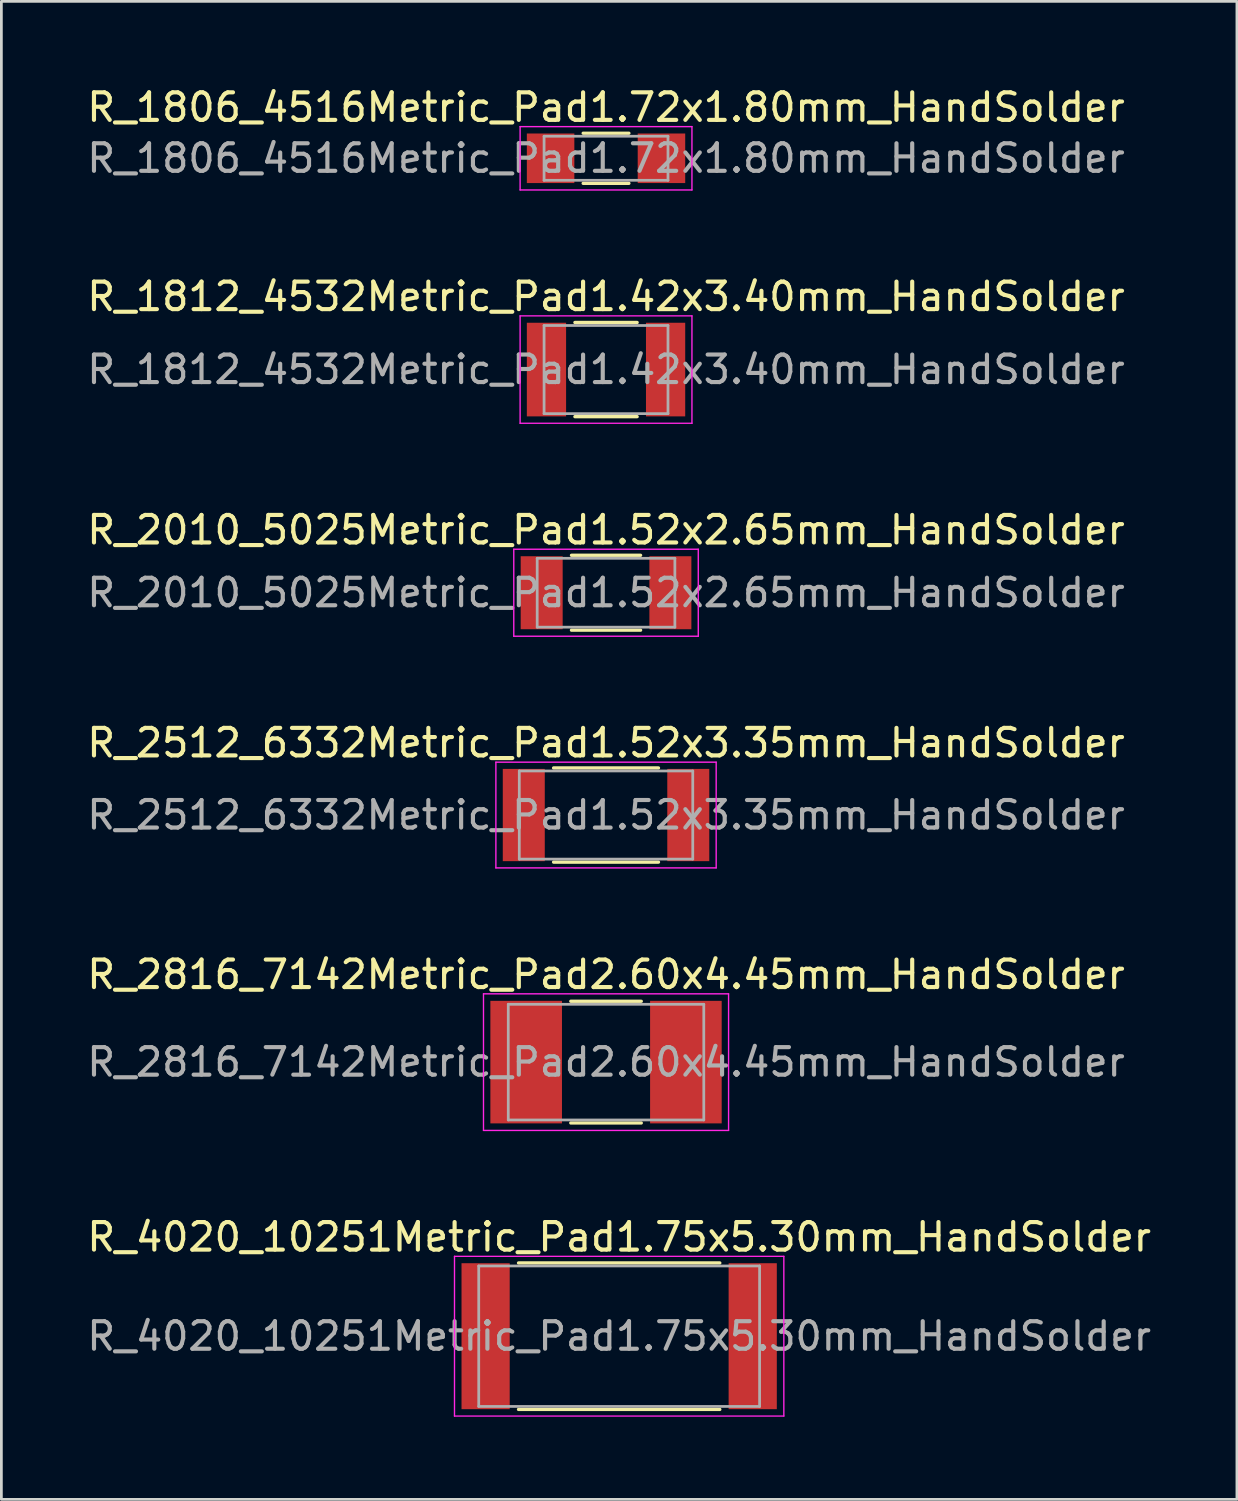
<source format=kicad_pcb>
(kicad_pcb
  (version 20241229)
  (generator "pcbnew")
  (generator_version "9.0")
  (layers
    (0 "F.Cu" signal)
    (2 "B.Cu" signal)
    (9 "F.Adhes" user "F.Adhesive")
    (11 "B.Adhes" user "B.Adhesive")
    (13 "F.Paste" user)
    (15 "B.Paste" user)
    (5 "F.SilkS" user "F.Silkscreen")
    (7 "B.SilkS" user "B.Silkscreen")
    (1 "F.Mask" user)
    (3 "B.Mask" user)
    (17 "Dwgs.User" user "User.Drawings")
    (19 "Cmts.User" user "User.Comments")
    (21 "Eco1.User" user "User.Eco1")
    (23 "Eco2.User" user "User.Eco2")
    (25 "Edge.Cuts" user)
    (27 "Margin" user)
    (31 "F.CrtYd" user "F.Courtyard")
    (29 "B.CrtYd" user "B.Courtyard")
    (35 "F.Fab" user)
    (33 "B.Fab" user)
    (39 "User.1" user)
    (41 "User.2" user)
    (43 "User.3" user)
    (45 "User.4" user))
  (footprint "R_2010_5025Metric_Pad1.52x2.65mm_HandSolder"
    (layer "F.Cu")
    (at 18.958 18.475)
    (property "Reference" "R_2010_5025Metric_Pad1.52x2.65mm_HandSolder" (at 0 -2.28 0) (layer "F.SilkS") (effects (font (size 1 1) (thickness 0.15))))
    (attr smd)
    (fp_line (start -1.255 -1.36) (end 1.255 -1.36) (stroke (width 0.12) (type solid)) (layer "F.SilkS"))
    (fp_line (start -1.255 1.36) (end 1.255 1.36) (stroke (width 0.12) (type solid)) (layer "F.SilkS"))
    (fp_line (start -3.35 -1.58) (end 3.35 -1.58) (stroke (width 0.05) (type solid)) (layer "F.CrtYd"))
    (fp_line (start -3.35 1.58) (end -3.35 -1.58) (stroke (width 0.05) (type solid)) (layer "F.CrtYd"))
    (fp_line (start 3.35 -1.58) (end 3.35 1.58) (stroke (width 0.05) (type solid)) (layer "F.CrtYd"))
    (fp_line (start 3.35 1.58) (end -3.35 1.58) (stroke (width 0.05) (type solid)) (layer "F.CrtYd"))
    (fp_line (start -2.5 -1.25) (end 2.5 -1.25) (stroke (width 0.1) (type solid)) (layer "F.Fab"))
    (fp_line (start -2.5 1.25) (end -2.5 -1.25) (stroke (width 0.1) (type solid)) (layer "F.Fab"))
    (fp_line (start 2.5 -1.25) (end 2.5 1.25) (stroke (width 0.1) (type solid)) (layer "F.Fab"))
    (fp_line (start 2.5 1.25) (end -2.5 1.25) (stroke (width 0.1) (type solid)) (layer "F.Fab"))
    (fp_text user "${REFERENCE}" (at 0 0 0) (layer "F.Fab") (effects (font (size 1 1) (thickness 0.15))))
    (pad "1" smd rect (at -2.337 0) (size 1.525 2.65) (layers "F.Cu" "F.Mask" "F.Paste"))
    (pad "2" smd rect (at 2.337 0) (size 1.525 2.65) (layers "F.Cu" "F.Mask" "F.Paste")))
  (footprint "R_1812_4532Metric_Pad1.42x3.40mm_HandSolder"
    (layer "F.Cu")
    (at 18.958 10.371)
    (property "Reference" "R_1812_4532Metric_Pad1.42x3.40mm_HandSolder" (at 0 -2.65 0) (layer "F.SilkS") (effects (font (size 1 1) (thickness 0.15))))
    (attr smd)
    (fp_line (start -1.13 -1.71) (end 1.13 -1.71) (stroke (width 0.12) (type solid)) (layer "F.SilkS"))
    (fp_line (start -1.13 1.71) (end 1.13 1.71) (stroke (width 0.12) (type solid)) (layer "F.SilkS"))
    (fp_line (start -3.12 -1.95) (end 3.12 -1.95) (stroke (width 0.05) (type solid)) (layer "F.CrtYd"))
    (fp_line (start -3.12 1.95) (end -3.12 -1.95) (stroke (width 0.05) (type solid)) (layer "F.CrtYd"))
    (fp_line (start 3.12 -1.95) (end 3.12 1.95) (stroke (width 0.05) (type solid)) (layer "F.CrtYd"))
    (fp_line (start 3.12 1.95) (end -3.12 1.95) (stroke (width 0.05) (type solid)) (layer "F.CrtYd"))
    (fp_line (start -2.25 -1.6) (end 2.25 -1.6) (stroke (width 0.1) (type solid)) (layer "F.Fab"))
    (fp_line (start -2.25 1.6) (end -2.25 -1.6) (stroke (width 0.1) (type solid)) (layer "F.Fab"))
    (fp_line (start 2.25 -1.6) (end 2.25 1.6) (stroke (width 0.1) (type solid)) (layer "F.Fab"))
    (fp_line (start 2.25 1.6) (end -2.25 1.6) (stroke (width 0.1) (type solid)) (layer "F.Fab"))
    (fp_text user "${REFERENCE}" (at 0 0 0) (layer "F.Fab") (effects (font (size 1 1) (thickness 0.15))))
    (pad "1" smd rect (at -2.163 0) (size 1.425 3.4) (layers "F.Cu" "F.Mask" "F.Paste"))
    (pad "2" smd rect (at 2.163 0) (size 1.425 3.4) (layers "F.Cu" "F.Mask" "F.Paste")))
  (footprint "R_2512_6332Metric_Pad1.52x3.35mm_HandSolder"
    (layer "F.Cu")
    (at 18.958 26.548)
    (property "Reference" "R_2512_6332Metric_Pad1.52x3.35mm_HandSolder" (at 0 -2.62 0) (layer "F.SilkS") (effects (font (size 1 1) (thickness 0.15))))
    (attr smd)
    (fp_line (start -1.905 -1.71) (end 1.905 -1.71) (stroke (width 0.12) (type solid)) (layer "F.SilkS"))
    (fp_line (start -1.905 1.71) (end 1.905 1.71) (stroke (width 0.12) (type solid)) (layer "F.SilkS"))
    (fp_line (start -4 -1.92) (end 4 -1.92) (stroke (width 0.05) (type solid)) (layer "F.CrtYd"))
    (fp_line (start -4 1.92) (end -4 -1.92) (stroke (width 0.05) (type solid)) (layer "F.CrtYd"))
    (fp_line (start 4 -1.92) (end 4 1.92) (stroke (width 0.05) (type solid)) (layer "F.CrtYd"))
    (fp_line (start 4 1.92) (end -4 1.92) (stroke (width 0.05) (type solid)) (layer "F.CrtYd"))
    (fp_line (start -3.15 -1.6) (end 3.15 -1.6) (stroke (width 0.1) (type solid)) (layer "F.Fab"))
    (fp_line (start -3.15 1.6) (end -3.15 -1.6) (stroke (width 0.1) (type solid)) (layer "F.Fab"))
    (fp_line (start 3.15 -1.6) (end 3.15 1.6) (stroke (width 0.1) (type solid)) (layer "F.Fab"))
    (fp_line (start 3.15 1.6) (end -3.15 1.6) (stroke (width 0.1) (type solid)) (layer "F.Fab"))
    (fp_text user "${REFERENCE}" (at 0 0 0) (layer "F.Fab") (effects (font (size 1 1) (thickness 0.15))))
    (pad "1" smd rect (at -2.987 0) (size 1.525 3.35) (layers "F.Cu" "F.Mask" "F.Paste"))
    (pad "2" smd rect (at 2.987 0) (size 1.525 3.35) (layers "F.Cu" "F.Mask" "F.Paste")))
  (footprint "R_1806_4516Metric_Pad1.72x1.80mm_HandSolder"
    (layer "F.Cu")
    (at 18.958 2.698)
    (property "Reference" "R_1806_4516Metric_Pad1.72x1.80mm_HandSolder" (at 0 -1.85 0) (layer "F.SilkS") (effects (font (size 1 1) (thickness 0.15))))
    (attr smd)
    (fp_line (start -0.83 -0.91) (end 0.83 -0.91) (stroke (width 0.12) (type solid)) (layer "F.SilkS"))
    (fp_line (start -0.83 0.91) (end 0.83 0.91) (stroke (width 0.12) (type solid)) (layer "F.SilkS"))
    (fp_line (start -3.12 -1.15) (end 3.12 -1.15) (stroke (width 0.05) (type solid)) (layer "F.CrtYd"))
    (fp_line (start -3.12 1.15) (end -3.12 -1.15) (stroke (width 0.05) (type solid)) (layer "F.CrtYd"))
    (fp_line (start 3.12 -1.15) (end 3.12 1.15) (stroke (width 0.05) (type solid)) (layer "F.CrtYd"))
    (fp_line (start 3.12 1.15) (end -3.12 1.15) (stroke (width 0.05) (type solid)) (layer "F.CrtYd"))
    (fp_line (start -2.25 -0.8) (end 2.25 -0.8) (stroke (width 0.1) (type solid)) (layer "F.Fab"))
    (fp_line (start -2.25 0.8) (end -2.25 -0.8) (stroke (width 0.1) (type solid)) (layer "F.Fab"))
    (fp_line (start 2.25 -0.8) (end 2.25 0.8) (stroke (width 0.1) (type solid)) (layer "F.Fab"))
    (fp_line (start 2.25 0.8) (end -2.25 0.8) (stroke (width 0.1) (type solid)) (layer "F.Fab"))
    (fp_text user "${REFERENCE}" (at 0 0 0) (layer "F.Fab") (effects (font (size 1 1) (thickness 0.15))))
    (pad "1" smd rect (at -2.013 0) (size 1.725 1.8) (layers "F.Cu" "F.Mask" "F.Paste"))
    (pad "2" smd rect (at 2.013 0) (size 1.725 1.8) (layers "F.Cu" "F.Mask" "F.Paste")))
  (footprint "R_2816_7142Metric_Pad2.60x4.45mm_HandSolder"
    (layer "F.Cu")
    (at 18.958 35.521)
    (property "Reference" "R_2816_7142Metric_Pad2.60x4.45mm_HandSolder" (at 0 -3.18 0) (layer "F.SilkS") (effects (font (size 1 1) (thickness 0.15))))
    (attr smd)
    (fp_line (start -1.28 -2.21) (end 1.28 -2.21) (stroke (width 0.12) (type solid)) (layer "F.SilkS"))
    (fp_line (start -1.28 2.21) (end 1.28 2.21) (stroke (width 0.12) (type solid)) (layer "F.SilkS"))
    (fp_line (start -4.45 -2.48) (end 4.45 -2.48) (stroke (width 0.05) (type solid)) (layer "F.CrtYd"))
    (fp_line (start -4.45 2.48) (end -4.45 -2.48) (stroke (width 0.05) (type solid)) (layer "F.CrtYd"))
    (fp_line (start 4.45 -2.48) (end 4.45 2.48) (stroke (width 0.05) (type solid)) (layer "F.CrtYd"))
    (fp_line (start 4.45 2.48) (end -4.45 2.48) (stroke (width 0.05) (type solid)) (layer "F.CrtYd"))
    (fp_line (start -3.55 -2.1) (end 3.55 -2.1) (stroke (width 0.1) (type solid)) (layer "F.Fab"))
    (fp_line (start -3.55 2.1) (end -3.55 -2.1) (stroke (width 0.1) (type solid)) (layer "F.Fab"))
    (fp_line (start 3.55 -2.1) (end 3.55 2.1) (stroke (width 0.1) (type solid)) (layer "F.Fab"))
    (fp_line (start 3.55 2.1) (end -3.55 2.1) (stroke (width 0.1) (type solid)) (layer "F.Fab"))
    (fp_text user "${REFERENCE}" (at 0 0 0) (layer "F.Fab") (effects (font (size 1 1) (thickness 0.15))))
    (pad "1" smd rect (at -2.9 0) (size 2.6 4.45) (layers "F.Cu" "F.Mask" "F.Paste"))
    (pad "2" smd rect (at 2.9 0) (size 2.6 4.45) (layers "F.Cu" "F.Mask" "F.Paste")))
  (footprint "R_4020_10251Metric_Pad1.75x5.30mm_HandSolder"
    (layer "F.Cu")
    (at 19.435 45.474)
    (property "Reference" "R_4020_10251Metric_Pad1.75x5.30mm_HandSolder" (at 0 -3.6 0) (layer "F.SilkS") (effects (font (size 1 1) (thickness 0.15))))
    (attr smd)
    (fp_line (start -3.655 -2.66) (end 3.655 -2.66) (stroke (width 0.12) (type solid)) (layer "F.SilkS"))
    (fp_line (start -3.655 2.66) (end 3.655 2.66) (stroke (width 0.12) (type solid)) (layer "F.SilkS"))
    (fp_line (start -5.98 -2.9) (end 5.98 -2.9) (stroke (width 0.05) (type solid)) (layer "F.CrtYd"))
    (fp_line (start -5.98 2.9) (end -5.98 -2.9) (stroke (width 0.05) (type solid)) (layer "F.CrtYd"))
    (fp_line (start 5.98 -2.9) (end 5.98 2.9) (stroke (width 0.05) (type solid)) (layer "F.CrtYd"))
    (fp_line (start 5.98 2.9) (end -5.98 2.9) (stroke (width 0.05) (type solid)) (layer "F.CrtYd"))
    (fp_line (start -5.1 -2.55) (end 5.1 -2.55) (stroke (width 0.1) (type solid)) (layer "F.Fab"))
    (fp_line (start -5.1 2.55) (end -5.1 -2.55) (stroke (width 0.1) (type solid)) (layer "F.Fab"))
    (fp_line (start 5.1 -2.55) (end 5.1 2.55) (stroke (width 0.1) (type solid)) (layer "F.Fab"))
    (fp_line (start 5.1 2.55) (end -5.1 2.55) (stroke (width 0.1) (type solid)) (layer "F.Fab"))
    (fp_text user "${REFERENCE}" (at 0 0 0) (layer "F.Fab") (effects (font (size 1 1) (thickness 0.15))))
    (pad "1" smd rect (at -4.85 0) (size 1.75 5.3) (layers "F.Cu" "F.Mask" "F.Paste"))
    (pad "2" smd rect (at 4.85 0) (size 1.75 5.3) (layers "F.Cu" "F.Mask" "F.Paste")))
  (gr_rect
    (start -3 -3)
    (end 41.869 51.4)
    (stroke (width 0.1) (type default))
    (fill no)
    (layer "Edge.Cuts")))
</source>
